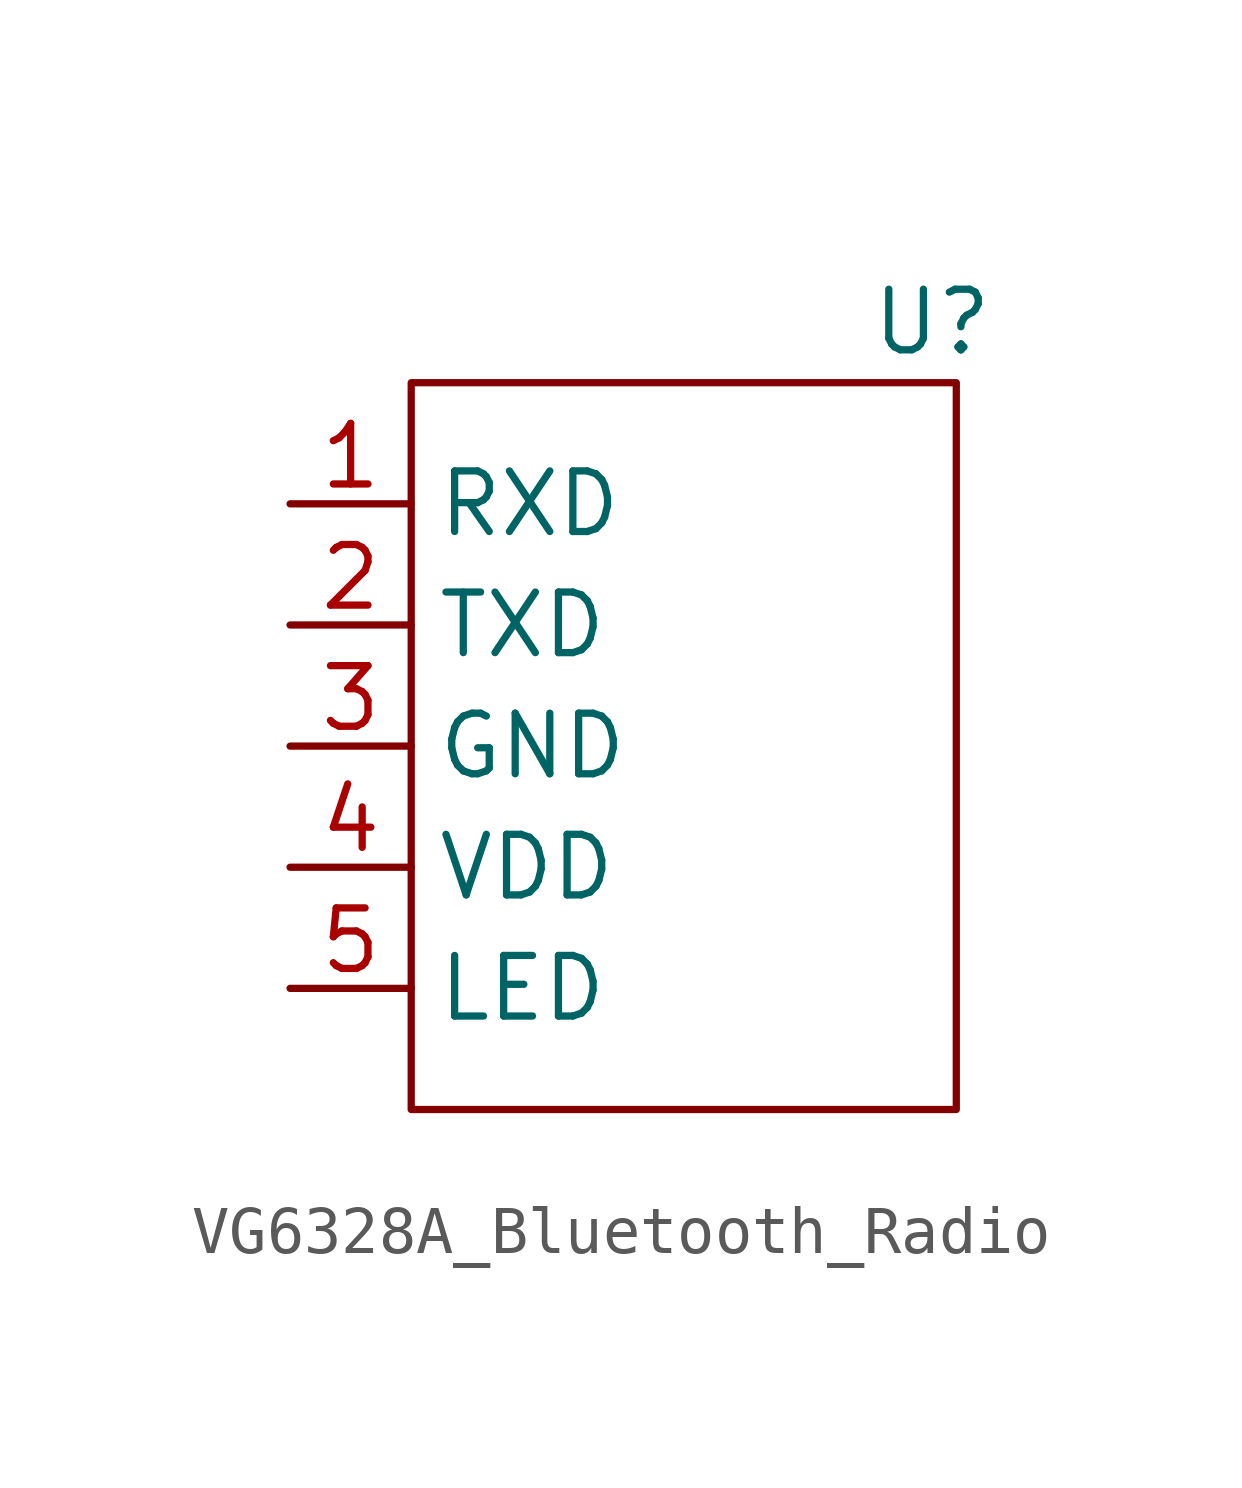
<source format=kicad_sym>
(kicad_symbol_lib
  (version 20231120)
  (generator "kicad_symbol_editor")
  (generator_version "8.0")
  (symbol "VG6328A_Bluetooth_Radio"
    (property "Reference" "U"
      (at 4.572 8.89 0)
      (effects (font (size 1.27 1.27))))
    (property "Value" ""
      (at -1.27 -1.27 0)
      (effects (font (size 1.27 1.27))))
    (symbol "VG6328A_Bluetooth_Radio_0_1"
      (rectangle (start -6.35 7.62) (end 5.08 -7.62) (stroke (width 0) (type default)) (fill (type none))))
    (symbol "VG6328A_Bluetooth_Radio_1_1"
      (pin input line (at -8.89 5.08 0) (length 2.54) (name "RXD" (effects (font (size 1.27 1.27)))) (number "1" (effects (font (size 1.27 1.27)))))
      (pin output line (at -8.89 2.54 0) (length 2.54) (name "TXD" (effects (font (size 1.27 1.27)))) (number "2" (effects (font (size 1.27 1.27)))))
      (pin input line (at -8.89 0 0) (length 2.54) (name "GND" (effects (font (size 1.27 1.27)))) (number "3" (effects (font (size 1.27 1.27)))))
      (pin input line (at -8.89 -2.54 0) (length 2.54) (name "VDD" (effects (font (size 1.27 1.27)))) (number "4" (effects (font (size 1.27 1.27)))))
      (pin output line (at -8.89 -5.08 0) (length 2.54) (name "LED" (effects (font (size 1.27 1.27)))) (number "5" (effects (font (size 1.27 1.27))))))))
</source>
